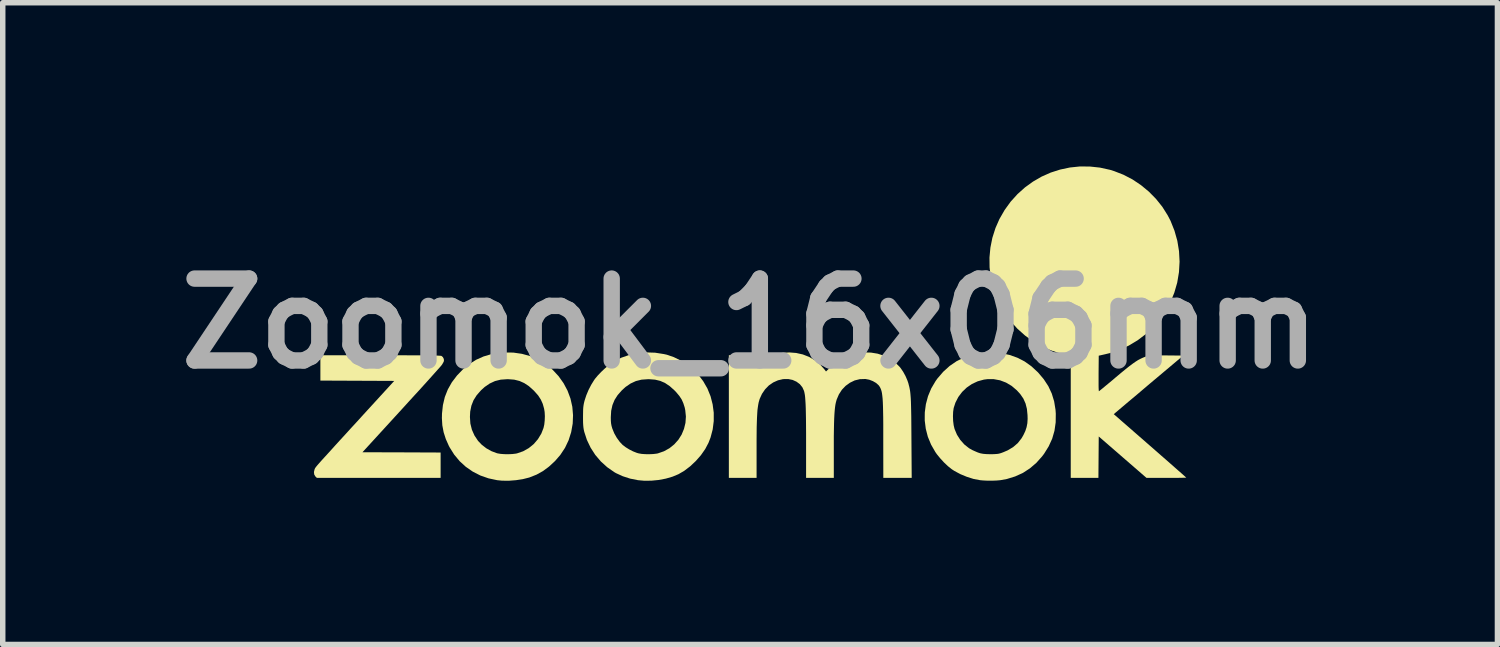
<source format=kicad_pcb>
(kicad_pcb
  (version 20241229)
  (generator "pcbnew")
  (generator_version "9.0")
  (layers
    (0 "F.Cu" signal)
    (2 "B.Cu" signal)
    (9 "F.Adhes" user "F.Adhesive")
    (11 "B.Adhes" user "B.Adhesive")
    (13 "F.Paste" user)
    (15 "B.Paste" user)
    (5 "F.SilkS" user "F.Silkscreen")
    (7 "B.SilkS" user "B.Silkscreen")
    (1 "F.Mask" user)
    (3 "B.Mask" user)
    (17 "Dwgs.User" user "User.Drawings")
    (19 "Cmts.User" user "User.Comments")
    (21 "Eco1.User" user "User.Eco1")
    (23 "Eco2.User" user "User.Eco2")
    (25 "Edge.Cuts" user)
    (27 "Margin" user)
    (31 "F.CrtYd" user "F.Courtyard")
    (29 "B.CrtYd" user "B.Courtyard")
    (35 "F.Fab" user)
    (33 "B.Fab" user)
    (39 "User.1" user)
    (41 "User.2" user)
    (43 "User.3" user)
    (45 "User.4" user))
  (footprint "Zoomok_16x06mm"
    (layer "F.Cu")
    (at 10.693 2.876)
    (property "Reference" "Zoomok_16x06mm" (at 0 0 0) (layer "F.Fab") (effects (font (size 1.5 1.5) (thickness 0.3))))
    (attr board_only exclude_from_pos_files exclude_from_bom)
    (fp_poly (pts (xy -6.582 0.583) (xy -6.408 0.583) (xy -6.254 0.584) (xy -6.119 0.584) (xy -6.003 0.585) (xy -5.905 0.586) (xy -5.825 0.587) (xy -5.76 0.589) (xy -5.712 0.59) (xy -5.679 0.592) (xy -5.659 0.594) (xy -5.655 0.595) (xy -5.628 0.618) (xy -5.611 0.652) (xy -5.609 0.688) (xy -5.611 0.693) (xy -5.622 0.717) (xy -5.64 0.748) (xy -5.649 0.761) (xy -5.66 0.775) (xy -5.685 0.804) (xy -5.723 0.846) (xy -5.772 0.901) (xy -5.831 0.967) (xy -5.9 1.044) (xy -5.977 1.129) (xy -6.061 1.222) (xy -6.152 1.321) (xy -6.248 1.426) (xy -6.348 1.536) (xy -6.39 1.582) (xy -7.102 2.36) (xy -6.386 2.362) (xy -5.67 2.365) (xy -5.67 2.597) (xy -5.67 2.829) (xy -6.804 2.829) (xy -7.938 2.829) (xy -7.965 2.803) (xy -7.986 2.767) (xy -7.991 2.722) (xy -7.979 2.672) (xy -7.975 2.663) (xy -7.972 2.657) (xy -7.969 2.651) (xy -7.964 2.643) (xy -7.957 2.634) (xy -7.948 2.622) (xy -7.935 2.606) (xy -7.917 2.585) (xy -7.894 2.559) (xy -7.865 2.526) (xy -7.829 2.486) (xy -7.785 2.438) (xy -7.733 2.381) (xy -7.672 2.314) (xy -7.601 2.235) (xy -7.519 2.145) (xy -7.425 2.043) (xy -7.319 1.926) (xy -7.199 1.796) (xy -7.113 1.701) (xy -6.52 1.053) (xy -7.196 1.05) (xy -7.873 1.047) (xy -7.873 0.815) (xy -7.873 0.583) (xy -6.777 0.583)) (stroke (width 0) (type solid)) (fill yes) (layer "F.SilkS"))
    (fp_poly (pts (xy -4.338 0.534) (xy -4.179 0.557) (xy -4.028 0.599) (xy -3.885 0.66) (xy -3.751 0.74) (xy -3.628 0.84) (xy -3.617 0.85) (xy -3.509 0.966) (xy -3.418 1.094) (xy -3.345 1.231) (xy -3.291 1.376) (xy -3.257 1.527) (xy -3.244 1.681) (xy -3.25 1.834) (xy -3.278 1.992) (xy -3.325 2.14) (xy -3.391 2.279) (xy -3.477 2.409) (xy -3.573 2.52) (xy -3.683 2.622) (xy -3.795 2.705) (xy -3.912 2.77) (xy -4.038 2.82) (xy -4.05 2.824) (xy -4.165 2.853) (xy -4.29 2.872) (xy -4.419 2.882) (xy -4.543 2.881) (xy -4.634 2.872) (xy -4.793 2.838) (xy -4.942 2.786) (xy -5.081 2.715) (xy -5.207 2.628) (xy -5.321 2.524) (xy -5.421 2.404) (xy -5.505 2.27) (xy -5.518 2.246) (xy -5.575 2.118) (xy -5.615 1.993) (xy -5.639 1.865) (xy -5.647 1.729) (xy -5.646 1.712) (xy -5.133 1.712) (xy -5.125 1.834) (xy -5.097 1.947) (xy -5.05 2.053) (xy -4.984 2.152) (xy -4.915 2.224) (xy -4.832 2.288) (xy -4.739 2.34) (xy -4.643 2.376) (xy -4.625 2.381) (xy -4.57 2.39) (xy -4.502 2.395) (xy -4.429 2.396) (xy -4.358 2.393) (xy -4.297 2.386) (xy -4.271 2.381) (xy -4.158 2.342) (xy -4.055 2.284) (xy -3.964 2.21) (xy -3.887 2.12) (xy -3.825 2.018) (xy -3.785 1.916) (xy -3.771 1.854) (xy -3.763 1.78) (xy -3.76 1.7) (xy -3.764 1.623) (xy -3.774 1.562) (xy -3.799 1.473) (xy -3.834 1.395) (xy -3.882 1.321) (xy -3.947 1.247) (xy -3.968 1.225) (xy -4.053 1.149) (xy -4.138 1.093) (xy -4.225 1.054) (xy -4.321 1.03) (xy -4.427 1.022) (xy -4.455 1.022) (xy -4.57 1.03) (xy -4.674 1.056) (xy -4.771 1.101) (xy -4.863 1.164) (xy -4.93 1.225) (xy -5.009 1.315) (xy -5.067 1.407) (xy -5.106 1.506) (xy -5.128 1.614) (xy -5.133 1.712) (xy -5.646 1.712) (xy -5.645 1.653) (xy -5.628 1.496) (xy -5.593 1.348) (xy -5.538 1.209) (xy -5.464 1.078) (xy -5.369 0.953) (xy -5.262 0.842) (xy -5.144 0.744) (xy -5.018 0.665) (xy -4.883 0.605) (xy -4.738 0.562) (xy -4.581 0.538) (xy -4.503 0.532)) (stroke (width 0) (type solid)) (fill yes) (layer "F.SilkS"))
    (fp_poly (pts (xy 4.553 0.538) (xy 4.604 0.545) (xy 4.756 0.578) (xy 4.897 0.628) (xy 5.029 0.696) (xy 5.153 0.784) (xy 5.27 0.892) (xy 5.277 0.899) (xy 5.38 1.021) (xy 5.464 1.149) (xy 5.527 1.284) (xy 5.571 1.428) (xy 5.596 1.582) (xy 5.601 1.653) (xy 5.599 1.813) (xy 5.577 1.966) (xy 5.535 2.112) (xy 5.471 2.252) (xy 5.387 2.387) (xy 5.351 2.435) (xy 5.245 2.554) (xy 5.127 2.655) (xy 4.998 2.739) (xy 4.857 2.803) (xy 4.705 2.85) (xy 4.585 2.872) (xy 4.517 2.878) (xy 4.437 2.881) (xy 4.352 2.881) (xy 4.271 2.877) (xy 4.215 2.872) (xy 4.094 2.849) (xy 3.971 2.81) (xy 3.85 2.76) (xy 3.741 2.701) (xy 3.695 2.671) (xy 3.626 2.616) (xy 3.554 2.548) (xy 3.484 2.472) (xy 3.422 2.396) (xy 3.394 2.356) (xy 3.316 2.22) (xy 3.257 2.077) (xy 3.219 1.93) (xy 3.2 1.78) (xy 3.2 1.701) (xy 3.717 1.701) (xy 3.72 1.786) (xy 3.73 1.866) (xy 3.746 1.933) (xy 3.79 2.038) (xy 3.851 2.134) (xy 3.926 2.218) (xy 4.013 2.287) (xy 4.074 2.321) (xy 4.123 2.343) (xy 4.172 2.364) (xy 4.214 2.378) (xy 4.223 2.38) (xy 4.27 2.389) (xy 4.331 2.394) (xy 4.399 2.396) (xy 4.467 2.395) (xy 4.527 2.391) (xy 4.559 2.386) (xy 4.595 2.376) (xy 4.641 2.359) (xy 4.692 2.337) (xy 4.718 2.326) (xy 4.819 2.266) (xy 4.904 2.193) (xy 4.974 2.104) (xy 5.008 2.045) (xy 5.043 1.971) (xy 5.066 1.901) (xy 5.08 1.829) (xy 5.085 1.748) (xy 5.083 1.679) (xy 5.072 1.566) (xy 5.047 1.467) (xy 5.007 1.377) (xy 4.949 1.293) (xy 4.887 1.225) (xy 4.793 1.145) (xy 4.69 1.084) (xy 4.58 1.042) (xy 4.465 1.021) (xy 4.347 1.021) (xy 4.284 1.029) (xy 4.171 1.06) (xy 4.065 1.109) (xy 3.969 1.175) (xy 3.885 1.255) (xy 3.815 1.348) (xy 3.762 1.452) (xy 3.73 1.55) (xy 3.72 1.62) (xy 3.717 1.701) (xy 3.2 1.701) (xy 3.201 1.629) (xy 3.221 1.479) (xy 3.26 1.333) (xy 3.319 1.191) (xy 3.398 1.057) (xy 3.433 1.008) (xy 3.539 0.885) (xy 3.656 0.779) (xy 3.785 0.691) (xy 3.924 0.622) (xy 4.071 0.572) (xy 4.226 0.541) (xy 4.387 0.529)) (stroke (width 0) (type solid)) (fill yes) (layer "F.SilkS"))
    (fp_poly (pts (xy -1.741 0.536) (xy -1.58 0.561) (xy -1.526 0.573) (xy -1.398 0.617) (xy -1.271 0.679) (xy -1.15 0.758) (xy -1.037 0.851) (xy -0.937 0.955) (xy -0.859 1.058) (xy -0.782 1.192) (xy -0.724 1.335) (xy -0.686 1.483) (xy -0.666 1.635) (xy -0.666 1.789) (xy -0.685 1.941) (xy -0.724 2.089) (xy -0.762 2.187) (xy -0.822 2.301) (xy -0.901 2.414) (xy -0.994 2.52) (xy -1.097 2.617) (xy -1.206 2.7) (xy -1.312 2.762) (xy -1.42 2.807) (xy -1.543 2.843) (xy -1.674 2.868) (xy -1.808 2.881) (xy -1.94 2.882) (xy -2.053 2.872) (xy -2.198 2.843) (xy -2.334 2.799) (xy -2.456 2.743) (xy -2.489 2.724) (xy -2.618 2.634) (xy -2.735 2.528) (xy -2.837 2.408) (xy -2.922 2.276) (xy -2.99 2.134) (xy -3.038 1.987) (xy -3.047 1.948) (xy -3.053 1.911) (xy -3.057 1.87) (xy -3.06 1.82) (xy -3.061 1.757) (xy -3.061 1.717) (xy -2.552 1.717) (xy -2.552 1.722) (xy -2.551 1.784) (xy -2.547 1.832) (xy -2.539 1.875) (xy -2.526 1.921) (xy -2.523 1.929) (xy -2.489 2.013) (xy -2.442 2.096) (xy -2.387 2.171) (xy -2.335 2.226) (xy -2.281 2.267) (xy -2.215 2.308) (xy -2.144 2.344) (xy -2.076 2.371) (xy -2.045 2.38) (xy -1.989 2.39) (xy -1.921 2.395) (xy -1.848 2.396) (xy -1.777 2.393) (xy -1.716 2.386) (xy -1.69 2.381) (xy -1.578 2.342) (xy -1.477 2.286) (xy -1.389 2.215) (xy -1.314 2.131) (xy -1.254 2.036) (xy -1.211 1.932) (xy -1.184 1.822) (xy -1.176 1.706) (xy -1.188 1.588) (xy -1.198 1.54) (xy -1.223 1.462) (xy -1.253 1.394) (xy -1.295 1.33) (xy -1.35 1.264) (xy -1.387 1.225) (xy -1.472 1.149) (xy -1.557 1.092) (xy -1.645 1.053) (xy -1.74 1.03) (xy -1.847 1.022) (xy -1.874 1.022) (xy -1.989 1.03) (xy -2.093 1.056) (xy -2.19 1.101) (xy -2.282 1.164) (xy -2.349 1.225) (xy -2.426 1.312) (xy -2.483 1.401) (xy -2.522 1.496) (xy -2.545 1.6) (xy -2.552 1.717) (xy -3.061 1.717) (xy -3.061 1.706) (xy -3.06 1.634) (xy -3.059 1.579) (xy -3.056 1.535) (xy -3.051 1.497) (xy -3.044 1.46) (xy -3.034 1.419) (xy -3.031 1.409) (xy -3.001 1.317) (xy -2.96 1.219) (xy -2.911 1.124) (xy -2.859 1.04) (xy -2.841 1.014) (xy -2.79 0.953) (xy -2.728 0.888) (xy -2.66 0.824) (xy -2.591 0.765) (xy -2.527 0.717) (xy -2.496 0.698) (xy -2.36 0.628) (xy -2.213 0.577) (xy -2.06 0.544) (xy -1.901 0.531)) (stroke (width 0) (type solid)) (fill yes) (layer "F.SilkS"))
    (fp_poly (pts (xy 0.844 0.541) (xy 0.966 0.568) (xy 1.081 0.613) (xy 1.188 0.676) (xy 1.284 0.755) (xy 1.358 0.837) (xy 1.391 0.88) (xy 1.47 0.804) (xy 1.534 0.745) (xy 1.593 0.7) (xy 1.652 0.661) (xy 1.712 0.629) (xy 1.835 0.578) (xy 1.962 0.545) (xy 2.089 0.531) (xy 2.215 0.534) (xy 2.337 0.554) (xy 2.454 0.592) (xy 2.562 0.645) (xy 2.659 0.715) (xy 2.744 0.8) (xy 2.762 0.823) (xy 2.806 0.888) (xy 2.848 0.965) (xy 2.882 1.044) (xy 2.899 1.093) (xy 2.908 1.129) (xy 2.917 1.163) (xy 2.924 1.197) (xy 2.931 1.234) (xy 2.936 1.274) (xy 2.94 1.32) (xy 2.944 1.374) (xy 2.947 1.437) (xy 2.949 1.511) (xy 2.951 1.597) (xy 2.953 1.699) (xy 2.954 1.816) (xy 2.955 1.952) (xy 2.956 2.098) (xy 2.961 2.829) (xy 2.701 2.829) (xy 2.441 2.829) (xy 2.44 2.152) (xy 2.44 1.988) (xy 2.44 1.845) (xy 2.439 1.72) (xy 2.437 1.612) (xy 2.435 1.52) (xy 2.432 1.442) (xy 2.428 1.376) (xy 2.422 1.321) (xy 2.416 1.276) (xy 2.408 1.239) (xy 2.398 1.208) (xy 2.387 1.182) (xy 2.375 1.16) (xy 2.36 1.139) (xy 2.354 1.131) (xy 2.309 1.091) (xy 2.25 1.057) (xy 2.183 1.031) (xy 2.114 1.018) (xy 2.108 1.018) (xy 2.011 1.021) (xy 1.917 1.044) (xy 1.83 1.086) (xy 1.751 1.143) (xy 1.682 1.215) (xy 1.627 1.3) (xy 1.586 1.396) (xy 1.572 1.447) (xy 1.563 1.49) (xy 1.556 1.54) (xy 1.55 1.597) (xy 1.545 1.664) (xy 1.541 1.743) (xy 1.538 1.835) (xy 1.536 1.942) (xy 1.534 2.066) (xy 1.534 2.208) (xy 1.534 2.303) (xy 1.534 2.829) (xy 1.28 2.829) (xy 1.026 2.829) (xy 1.026 2.179) (xy 1.026 2.017) (xy 1.025 1.875) (xy 1.024 1.752) (xy 1.022 1.645) (xy 1.02 1.554) (xy 1.017 1.477) (xy 1.013 1.412) (xy 1.009 1.357) (xy 1.004 1.312) (xy 0.997 1.274) (xy 0.99 1.243) (xy 0.988 1.236) (xy 0.958 1.17) (xy 0.912 1.113) (xy 0.85 1.067) (xy 0.779 1.035) (xy 0.701 1.019) (xy 0.605 1.02) (xy 0.511 1.042) (xy 0.424 1.081) (xy 0.344 1.136) (xy 0.275 1.207) (xy 0.218 1.29) (xy 0.175 1.384) (xy 0.157 1.447) (xy 0.149 1.489) (xy 0.142 1.535) (xy 0.135 1.588) (xy 0.131 1.649) (xy 0.127 1.72) (xy 0.124 1.803) (xy 0.121 1.901) (xy 0.12 2.014) (xy 0.119 2.145) (xy 0.119 2.292) (xy 0.119 2.829) (xy -0.135 2.829) (xy -0.389 2.829) (xy -0.389 1.706) (xy -0.389 0.583) (xy -0.173 0.583) (xy 0.043 0.583) (xy 0.077 0.613) (xy 0.107 0.652) (xy 0.117 0.683) (xy 0.124 0.723) (xy 0.205 0.675) (xy 0.331 0.611) (xy 0.459 0.566) (xy 0.589 0.539) (xy 0.718 0.531)) (stroke (width 0) (type solid)) (fill yes) (layer "F.SilkS"))
    (fp_poly (pts (xy 6.225 -2.875) (xy 6.411 -2.855) (xy 6.597 -2.814) (xy 6.67 -2.791) (xy 6.842 -2.724) (xy 7.007 -2.638) (xy 7.162 -2.534) (xy 7.306 -2.415) (xy 7.437 -2.282) (xy 7.553 -2.137) (xy 7.651 -1.981) (xy 7.704 -1.879) (xy 7.776 -1.698) (xy 7.828 -1.513) (xy 7.859 -1.323) (xy 7.869 -1.132) (xy 7.858 -0.94) (xy 7.826 -0.749) (xy 7.825 -0.745) (xy 7.772 -0.562) (xy 7.701 -0.388) (xy 7.611 -0.223) (xy 7.505 -0.07) (xy 7.384 0.07) (xy 7.248 0.197) (xy 7.1 0.309) (xy 6.94 0.405) (xy 6.769 0.484) (xy 6.589 0.544) (xy 6.507 0.564) (xy 6.388 0.591) (xy 6.385 0.916) (xy 6.385 0.998) (xy 6.385 1.072) (xy 6.385 1.136) (xy 6.386 1.187) (xy 6.388 1.223) (xy 6.39 1.24) (xy 6.391 1.242) (xy 6.401 1.235) (xy 6.425 1.216) (xy 6.462 1.186) (xy 6.51 1.146) (xy 6.567 1.099) (xy 6.631 1.046) (xy 6.7 0.987) (xy 6.703 0.985) (xy 6.798 0.905) (xy 6.88 0.838) (xy 6.949 0.783) (xy 7.009 0.738) (xy 7.062 0.701) (xy 7.109 0.671) (xy 7.153 0.648) (xy 7.196 0.628) (xy 7.239 0.611) (xy 7.245 0.609) (xy 7.268 0.601) (xy 7.288 0.595) (xy 7.31 0.591) (xy 7.336 0.588) (xy 7.368 0.586) (xy 7.41 0.585) (xy 7.465 0.585) (xy 7.535 0.585) (xy 7.624 0.586) (xy 7.628 0.586) (xy 7.936 0.589) (xy 7.583 0.886) (xy 7.494 0.961) (xy 7.396 1.043) (xy 7.295 1.128) (xy 7.195 1.213) (xy 7.1 1.294) (xy 7.013 1.367) (xy 6.947 1.422) (xy 6.663 1.662) (xy 7.327 2.241) (xy 7.43 2.331) (xy 7.527 2.416) (xy 7.619 2.496) (xy 7.703 2.57) (xy 7.779 2.637) (xy 7.845 2.695) (xy 7.901 2.744) (xy 7.944 2.782) (xy 7.974 2.809) (xy 7.99 2.823) (xy 7.991 2.825) (xy 7.981 2.826) (xy 7.952 2.827) (xy 7.905 2.828) (xy 7.845 2.829) (xy 7.773 2.829) (xy 7.692 2.829) (xy 7.627 2.829) (xy 7.262 2.829) (xy 6.825 2.45) (xy 6.388 2.071) (xy 6.385 2.45) (xy 6.382 2.829) (xy 6.128 2.829) (xy 5.875 2.829) (xy 5.875 1.708) (xy 5.875 0.587) (xy 5.791 0.573) (xy 5.715 0.557) (xy 5.627 0.532) (xy 5.535 0.501) (xy 5.446 0.467) (xy 5.366 0.432) (xy 5.359 0.428) (xy 5.191 0.332) (xy 5.038 0.222) (xy 4.899 0.098) (xy 4.776 -0.038) (xy 4.669 -0.185) (xy 4.578 -0.34) (xy 4.504 -0.504) (xy 4.447 -0.674) (xy 4.408 -0.849) (xy 4.388 -1.027) (xy 4.386 -1.207) (xy 4.403 -1.389) (xy 4.439 -1.569) (xy 4.496 -1.748) (xy 4.568 -1.912) (xy 4.664 -2.079) (xy 4.774 -2.231) (xy 4.899 -2.369) (xy 5.036 -2.492) (xy 5.184 -2.599) (xy 5.341 -2.69) (xy 5.508 -2.764) (xy 5.68 -2.819) (xy 5.859 -2.857) (xy 6.041 -2.876)) (stroke (width 0) (type solid)) (fill yes) (layer "F.SilkS")))
  (gr_rect
    (start -3 -3)
    (end 24.386 8.758)
    (stroke (width 0.1) (type default))
    (fill no)
    (layer "Edge.Cuts")))
</source>
